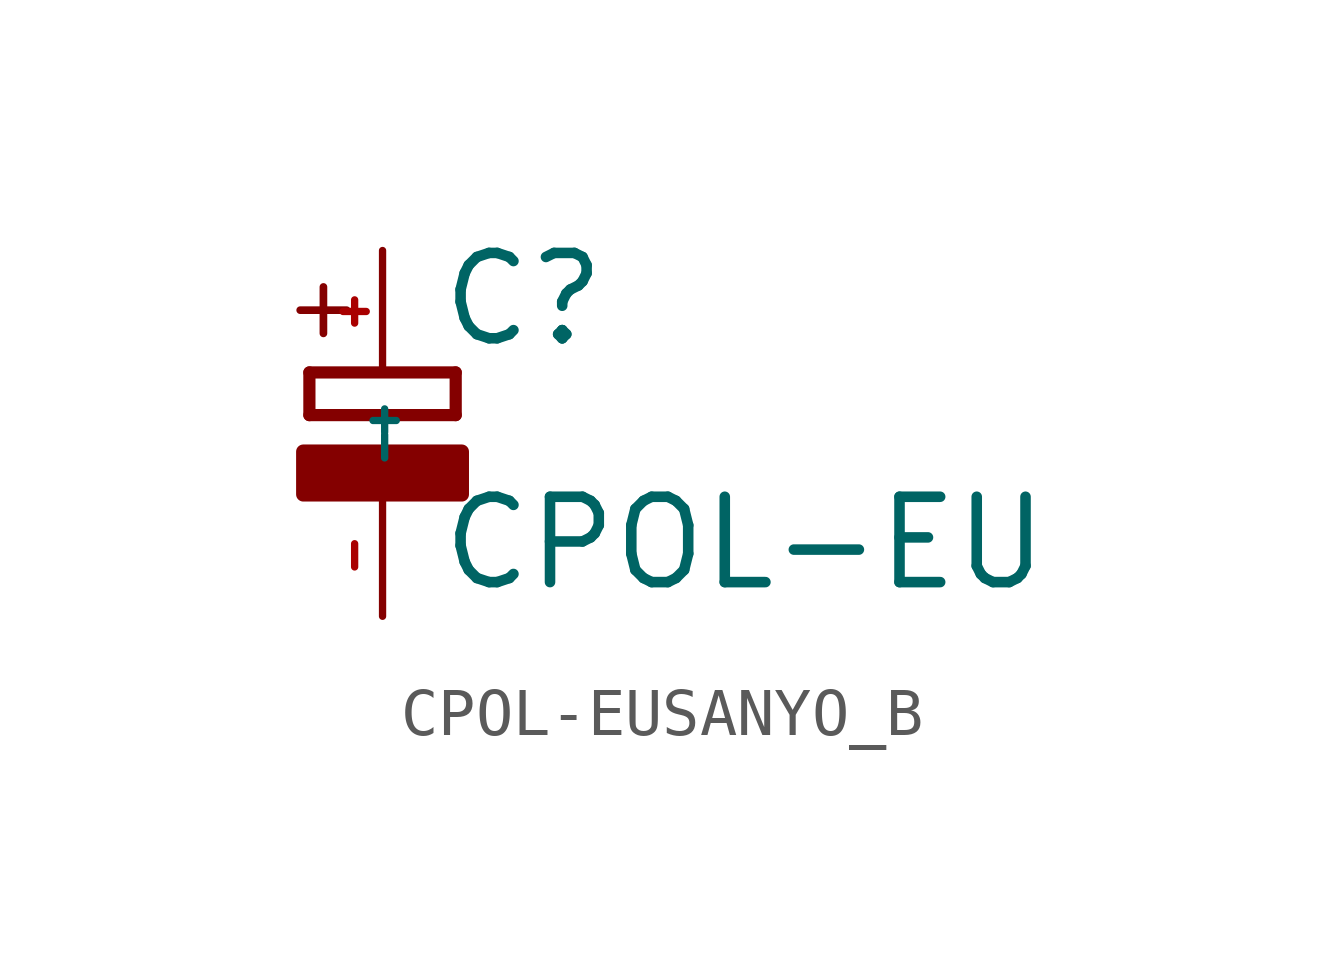
<source format=kicad_sym>
(kicad_symbol_lib
  (version 20220914)
  (generator Eagle2Kicad)
  (symbol "CPOL-EUSANYO_B"
    (property "Reference" "C"
      (at 1.143 0.483 0)
      (effects (font (size 1.778 1.778) (thickness 0.22)) (justify left bottom)))
    (property "Value" "CPOL-EU"
      (at 1.143 -4.597 0)
      (effects (font (size 1.778 1.778) (thickness 0.22)) (justify left bottom)))
    (polyline
      (pts (xy -1.524 -0.889) (xy 1.524 -0.889))
      (stroke (width 0.254) (type default))
      (fill (type none)))
    (polyline
      (pts (xy 1.524 -0.889) (xy 1.524 0))
      (stroke (width 0.254) (type default))
      (fill (type none)))
    (polyline
      (pts (xy -1.524 0) (xy -1.524 -0.889))
      (stroke (width 0.254) (type default))
      (fill (type none)))
    (polyline
      (pts (xy -1.524 0) (xy 1.524 0))
      (stroke (width 0.254) (type default))
      (fill (type none)))
    (text "+"
      (at -0.584 0.406 900)
      (effects (font (size 1.27 1.27) (thickness 0.16)) (justify left bottom)))
    (rectangle
      (start -1.651 -2.54)
      (end 1.651 -1.651)
      (stroke (width 0.3) (type default))
      (fill (type outline)))
    (pin passive line
      (at 0 -5.08 90)
      (length 2.54)
      (name "-" (effects (font (size 0.635 0.635) (thickness 0.08)) (justify left bottom)))
      (number "-" (effects (font (size 0.635 0.635) (thickness 0.08)) (justify left bottom))))
    (pin passive line
      (at 0 2.54 270)
      (length 2.54)
      (name "+" (effects (font (size 0.635 0.635) (thickness 0.08)) (justify left bottom)))
      (number "+" (effects (font (size 0.635 0.635) (thickness 0.08)) (justify left bottom))))))
</source>
